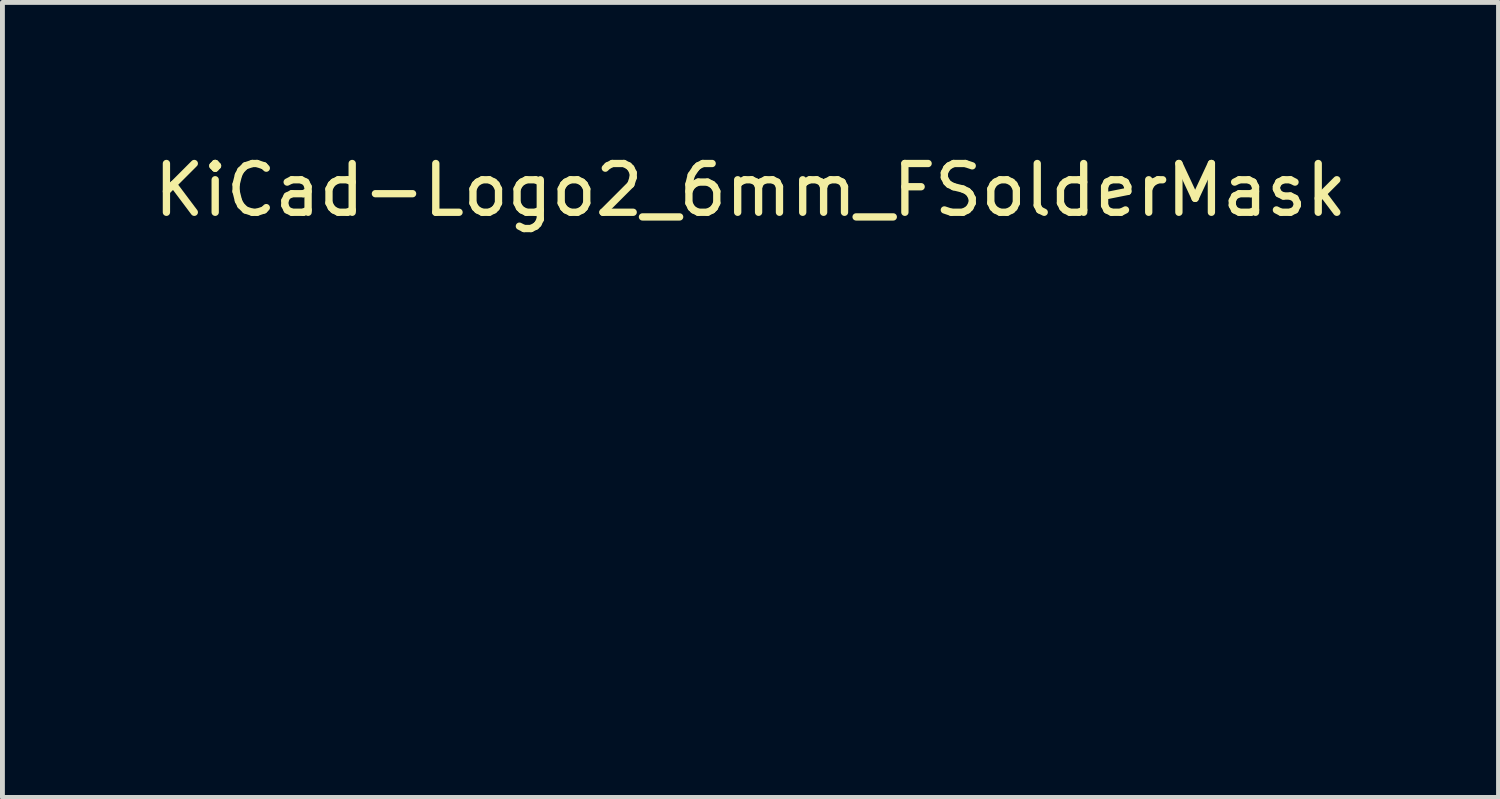
<source format=kicad_pcb>
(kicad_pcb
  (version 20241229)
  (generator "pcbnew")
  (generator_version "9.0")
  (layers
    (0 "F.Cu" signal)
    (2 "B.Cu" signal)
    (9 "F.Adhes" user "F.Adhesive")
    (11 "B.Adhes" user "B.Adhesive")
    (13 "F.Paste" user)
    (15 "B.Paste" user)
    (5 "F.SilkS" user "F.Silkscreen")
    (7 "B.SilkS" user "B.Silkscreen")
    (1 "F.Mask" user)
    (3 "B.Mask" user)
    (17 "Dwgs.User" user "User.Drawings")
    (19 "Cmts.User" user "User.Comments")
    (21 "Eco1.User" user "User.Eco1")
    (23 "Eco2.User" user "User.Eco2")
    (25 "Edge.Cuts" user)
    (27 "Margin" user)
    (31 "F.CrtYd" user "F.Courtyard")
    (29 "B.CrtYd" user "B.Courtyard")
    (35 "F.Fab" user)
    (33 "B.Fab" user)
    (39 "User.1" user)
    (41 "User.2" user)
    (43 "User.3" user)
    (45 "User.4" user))
  (footprint "KiCad-Logo2_6mm_FSolderMask"
    (layer "F.Cu")
    (at 12.339 5.928)
    (property "Reference" "KiCad-Logo2_6mm_FSolderMask" (at 0 -5.08 0) (layer "F.SilkS") (effects (font (size 1 1) (thickness 0.15))))
    (attr exclude_from_pos_files exclude_from_bom)
    (fp_poly (pts (xy 4.2 3.642) (xy 4.224 3.657) (xy 4.251 3.678) (xy 4.251 4) (xy 4.251 4.094) (xy 4.25 4.168) (xy 4.249 4.225) (xy 4.248 4.267) (xy 4.246 4.297) (xy 4.243 4.317) (xy 4.239 4.331) (xy 4.233 4.341) (xy 4.229 4.345) (xy 4.198 4.366) (xy 4.162 4.365) (xy 4.131 4.347) (xy 4.104 4.326) (xy 4.104 3.678) (xy 4.131 3.657) (xy 4.156 3.641) (xy 4.177 3.635) (xy 4.2 3.642)) (stroke (width 0.01) (type solid)) (fill yes) (layer "F.Mask"))
    (fp_poly (pts (xy -2.912 3.658) (xy -2.906 3.665) (xy -2.9 3.675) (xy -2.896 3.69) (xy -2.894 3.712) (xy -2.892 3.744) (xy -2.89 3.789) (xy -2.89 3.849) (xy -2.89 3.926) (xy -2.89 4.002) (xy -2.89 4.096) (xy -2.89 4.17) (xy -2.891 4.226) (xy -2.892 4.268) (xy -2.894 4.298) (xy -2.897 4.318) (xy -2.901 4.332) (xy -2.907 4.341) (xy -2.912 4.346) (xy -2.945 4.366) (xy -2.98 4.364) (xy -3.012 4.343) (xy -3.019 4.335) (xy -3.025 4.325) (xy -3.029 4.311) (xy -3.032 4.291) (xy -3.034 4.261) (xy -3.035 4.219) (xy -3.036 4.162) (xy -3.036 4.088) (xy -3.036 4.004) (xy -3.036 3.691) (xy -3.009 3.663) (xy -2.974 3.64) (xy -2.941 3.639) (xy -2.912 3.658)) (stroke (width 0.01) (type solid)) (fill yes) (layer "F.Mask"))
    (fp_poly (pts (xy -2.726 -2.964) (xy -2.623 -2.928) (xy -2.527 -2.871) (xy -2.441 -2.795) (xy -2.369 -2.697) (xy -2.336 -2.636) (xy -2.308 -2.55) (xy -2.295 -2.451) (xy -2.296 -2.35) (xy -2.313 -2.257) (xy -2.359 -2.145) (xy -2.425 -2.047) (xy -2.509 -1.966) (xy -2.606 -1.904) (xy -2.714 -1.862) (xy -2.829 -1.844) (xy -2.948 -1.849) (xy -3.007 -1.862) (xy -3.121 -1.906) (xy -3.222 -1.974) (xy -3.309 -2.063) (xy -3.377 -2.171) (xy -3.383 -2.183) (xy -3.403 -2.227) (xy -3.415 -2.265) (xy -3.422 -2.304) (xy -3.425 -2.355) (xy -3.426 -2.41) (xy -3.425 -2.476) (xy -3.421 -2.523) (xy -3.413 -2.562) (xy -3.399 -2.6) (xy -3.382 -2.639) (xy -3.318 -2.747) (xy -3.238 -2.834) (xy -3.147 -2.901) (xy -3.047 -2.948) (xy -2.941 -2.973) (xy -2.833 -2.979) (xy -2.726 -2.964)) (stroke (width 0.01) (type solid)) (fill yes) (layer "F.Mask"))
    (fp_poly (pts (xy 4.975 3.635) (xy 5.053 3.636) (xy 5.115 3.637) (xy 5.161 3.638) (xy 5.194 3.64) (xy 5.217 3.643) (xy 5.232 3.646) (xy 5.243 3.651) (xy 5.248 3.655) (xy 5.273 3.688) (xy 5.276 3.721) (xy 5.26 3.752) (xy 5.25 3.764) (xy 5.239 3.773) (xy 5.223 3.778) (xy 5.197 3.781) (xy 5.159 3.782) (xy 5.102 3.782) (xy 5.091 3.782) (xy 4.945 3.782) (xy 4.945 4.053) (xy 4.945 4.138) (xy 4.944 4.204) (xy 4.943 4.253) (xy 4.942 4.288) (xy 4.939 4.312) (xy 4.935 4.328) (xy 4.929 4.338) (xy 4.922 4.346) (xy 4.889 4.366) (xy 4.855 4.365) (xy 4.824 4.342) (xy 4.822 4.339) (xy 4.814 4.329) (xy 4.808 4.316) (xy 4.804 4.299) (xy 4.801 4.274) (xy 4.8 4.238) (xy 4.799 4.188) (xy 4.798 4.122) (xy 4.798 4.046) (xy 4.798 3.782) (xy 4.659 3.782) (xy 4.599 3.782) (xy 4.558 3.78) (xy 4.53 3.777) (xy 4.513 3.771) (xy 4.502 3.763) (xy 4.501 3.761) (xy 4.484 3.728) (xy 4.486 3.691) (xy 4.505 3.658) (xy 4.512 3.651) (xy 4.521 3.646) (xy 4.535 3.643) (xy 4.556 3.64) (xy 4.587 3.638) (xy 4.63 3.636) (xy 4.687 3.636) (xy 4.762 3.635) (xy 4.856 3.635) (xy 4.876 3.635) (xy 4.975 3.635)) (stroke (width 0.01) (type solid)) (fill yes) (layer "F.Mask"))
    (fp_poly (pts (xy 6.241 3.641) (xy 6.272 3.663) (xy 6.3 3.691) (xy 6.3 4) (xy 6.3 4.092) (xy 6.299 4.164) (xy 6.298 4.219) (xy 6.297 4.26) (xy 6.295 4.289) (xy 6.291 4.309) (xy 6.287 4.323) (xy 6.281 4.333) (xy 6.276 4.339) (xy 6.245 4.364) (xy 6.21 4.367) (xy 6.178 4.351) (xy 6.167 4.343) (xy 6.16 4.331) (xy 6.156 4.312) (xy 6.154 4.281) (xy 6.153 4.235) (xy 6.153 4.199) (xy 6.153 4.064) (xy 5.656 4.064) (xy 5.656 4.187) (xy 5.656 4.243) (xy 5.654 4.282) (xy 5.649 4.308) (xy 5.642 4.326) (xy 5.633 4.339) (xy 5.602 4.364) (xy 5.567 4.367) (xy 5.533 4.349) (xy 5.524 4.34) (xy 5.518 4.328) (xy 5.514 4.309) (xy 5.511 4.28) (xy 5.51 4.236) (xy 5.509 4.174) (xy 5.509 4.16) (xy 5.509 4.044) (xy 5.508 3.948) (xy 5.508 3.87) (xy 5.509 3.809) (xy 5.51 3.762) (xy 5.512 3.727) (xy 5.514 3.701) (xy 5.517 3.684) (xy 5.521 3.672) (xy 5.526 3.664) (xy 5.532 3.658) (xy 5.564 3.638) (xy 5.597 3.641) (xy 5.628 3.663) (xy 5.641 3.677) (xy 5.649 3.693) (xy 5.654 3.716) (xy 5.656 3.75) (xy 5.656 3.802) (xy 5.656 3.917) (xy 6.153 3.917) (xy 6.153 3.799) (xy 6.153 3.744) (xy 6.155 3.707) (xy 6.16 3.683) (xy 6.167 3.668) (xy 6.175 3.658) (xy 6.207 3.638) (xy 6.241 3.641)) (stroke (width 0.01) (type solid)) (fill yes) (layer "F.Mask"))
    (fp_poly (pts (xy 1.03 3.635) (xy 1.159 3.64) (xy 1.269 3.653) (xy 1.361 3.676) (xy 1.438 3.709) (xy 1.5 3.754) (xy 1.551 3.81) (xy 1.591 3.88) (xy 1.592 3.882) (xy 1.616 3.944) (xy 1.625 3.999) (xy 1.618 4.054) (xy 1.595 4.117) (xy 1.591 4.127) (xy 1.562 4.183) (xy 1.529 4.227) (xy 1.487 4.264) (xy 1.429 4.3) (xy 1.426 4.302) (xy 1.375 4.326) (xy 1.318 4.344) (xy 1.251 4.357) (xy 1.17 4.365) (xy 1.072 4.368) (xy 1.037 4.368) (xy 0.871 4.369) (xy 0.848 4.339) (xy 0.841 4.33) (xy 0.836 4.318) (xy 0.831 4.302) (xy 0.829 4.279) (xy 0.827 4.247) (xy 0.826 4.222) (xy 0.983 4.222) (xy 1.076 4.222) (xy 1.131 4.221) (xy 1.188 4.216) (xy 1.234 4.21) (xy 1.237 4.21) (xy 1.319 4.188) (xy 1.383 4.155) (xy 1.43 4.109) (xy 1.463 4.049) (xy 1.469 4.033) (xy 1.474 4.009) (xy 1.472 3.984) (xy 1.46 3.952) (xy 1.453 3.936) (xy 1.43 3.893) (xy 1.402 3.863) (xy 1.371 3.843) (xy 1.309 3.816) (xy 1.229 3.796) (xy 1.137 3.785) (xy 1.07 3.782) (xy 0.983 3.782) (xy 0.983 4.222) (xy 0.826 4.222) (xy 0.825 4.201) (xy 0.825 4.141) (xy 0.825 4.062) (xy 0.825 4) (xy 0.825 3.691) (xy 0.852 3.663) (xy 0.865 3.652) (xy 0.878 3.644) (xy 0.896 3.639) (xy 0.924 3.637) (xy 0.966 3.636) (xy 1.026 3.635) (xy 1.03 3.635)) (stroke (width 0.01) (type solid)) (fill yes) (layer "F.Mask"))
    (fp_poly (pts (xy -6.11 3.635) (xy -6.07 3.636) (xy -5.954 3.638) (xy -5.858 3.647) (xy -5.776 3.661) (xy -5.707 3.683) (xy -5.647 3.714) (xy -5.592 3.753) (xy -5.572 3.77) (xy -5.54 3.81) (xy -5.511 3.864) (xy -5.488 3.924) (xy -5.476 3.981) (xy -5.475 4.002) (xy -5.483 4.061) (xy -5.504 4.125) (xy -5.535 4.186) (xy -5.572 4.235) (xy -5.578 4.24) (xy -5.629 4.282) (xy -5.684 4.314) (xy -5.748 4.338) (xy -5.823 4.354) (xy -5.912 4.364) (xy -6.019 4.369) (xy -6.068 4.369) (xy -6.13 4.369) (xy -6.174 4.367) (xy -6.203 4.365) (xy -6.222 4.36) (xy -6.235 4.353) (xy -6.242 4.346) (xy -6.249 4.339) (xy -6.254 4.329) (xy -6.258 4.315) (xy -6.261 4.293) (xy -6.263 4.26) (xy -6.264 4.216) (xy -6.265 4.156) (xy -6.265 4.078) (xy -6.265 4.002) (xy -6.265 3.901) (xy -6.265 3.821) (xy -6.264 3.782) (xy -6.118 3.782) (xy -6.118 4.222) (xy -6.025 4.222) (xy -5.969 4.221) (xy -5.91 4.216) (xy -5.861 4.211) (xy -5.86 4.21) (xy -5.781 4.191) (xy -5.719 4.161) (xy -5.673 4.119) (xy -5.643 4.073) (xy -5.625 4.022) (xy -5.626 3.974) (xy -5.647 3.923) (xy -5.689 3.87) (xy -5.746 3.831) (xy -5.821 3.805) (xy -5.871 3.795) (xy -5.928 3.789) (xy -5.988 3.784) (xy -6.039 3.782) (xy -6.042 3.782) (xy -6.118 3.782) (xy -6.264 3.782) (xy -6.264 3.758) (xy -6.259 3.711) (xy -6.251 3.678) (xy -6.238 3.656) (xy -6.218 3.643) (xy -6.191 3.637) (xy -6.155 3.635) (xy -6.11 3.635)) (stroke (width 0.01) (type solid)) (fill yes) (layer "F.Mask"))
    (fp_poly (pts (xy -1.288 3.64) (xy -1.265 3.653) (xy -1.234 3.676) (xy -1.194 3.709) (xy -1.144 3.752) (xy -1.082 3.807) (xy -1.006 3.876) (xy -0.92 3.954) (xy -0.739 4.118) (xy -0.733 3.898) (xy -0.731 3.823) (xy -0.729 3.766) (xy -0.727 3.726) (xy -0.724 3.698) (xy -0.72 3.681) (xy -0.714 3.669) (xy -0.705 3.66) (xy -0.701 3.657) (xy -0.667 3.638) (xy -0.634 3.641) (xy -0.608 3.657) (xy -0.581 3.678) (xy -0.578 3.993) (xy -0.577 4.086) (xy -0.576 4.159) (xy -0.576 4.214) (xy -0.577 4.256) (xy -0.579 4.285) (xy -0.582 4.305) (xy -0.586 4.32) (xy -0.592 4.33) (xy -0.598 4.339) (xy -0.612 4.354) (xy -0.625 4.365) (xy -0.64 4.369) (xy -0.659 4.365) (xy -0.684 4.353) (xy -0.716 4.331) (xy -0.757 4.298) (xy -0.809 4.253) (xy -0.874 4.195) (xy -0.948 4.128) (xy -1.213 3.888) (xy -1.219 4.107) (xy -1.221 4.182) (xy -1.223 4.239) (xy -1.225 4.279) (xy -1.228 4.306) (xy -1.233 4.324) (xy -1.239 4.335) (xy -1.247 4.344) (xy -1.251 4.347) (xy -1.288 4.367) (xy -1.323 4.364) (xy -1.353 4.339) (xy -1.36 4.329) (xy -1.366 4.318) (xy -1.37 4.302) (xy -1.373 4.279) (xy -1.375 4.246) (xy -1.376 4.201) (xy -1.377 4.14) (xy -1.377 4.061) (xy -1.377 4.002) (xy -1.377 3.911) (xy -1.376 3.839) (xy -1.376 3.784) (xy -1.374 3.744) (xy -1.372 3.715) (xy -1.368 3.695) (xy -1.364 3.681) (xy -1.358 3.671) (xy -1.353 3.665) (xy -1.342 3.651) (xy -1.332 3.64) (xy -1.32 3.634) (xy -1.306 3.634) (xy -1.288 3.64)) (stroke (width 0.01) (type solid)) (fill yes) (layer "F.Mask"))
    (fp_poly (pts (xy -1.938 3.641) (xy -1.87 3.652) (xy -1.817 3.67) (xy -1.783 3.694) (xy -1.774 3.707) (xy -1.764 3.738) (xy -1.771 3.767) (xy -1.791 3.793) (xy -1.822 3.806) (xy -1.867 3.805) (xy -1.903 3.798) (xy -1.981 3.785) (xy -2.061 3.784) (xy -2.15 3.794) (xy -2.175 3.799) (xy -2.258 3.822) (xy -2.323 3.857) (xy -2.369 3.903) (xy -2.395 3.959) (xy -2.401 3.988) (xy -2.397 4.046) (xy -2.374 4.098) (xy -2.333 4.142) (xy -2.277 4.177) (xy -2.207 4.203) (xy -2.126 4.218) (xy -2.036 4.221) (xy -1.939 4.211) (xy -1.934 4.21) (xy -1.895 4.203) (xy -1.874 4.196) (xy -1.865 4.185) (xy -1.862 4.168) (xy -1.862 4.159) (xy -1.862 4.121) (xy -1.931 4.121) (xy -1.991 4.117) (xy -2.032 4.103) (xy -2.056 4.08) (xy -2.065 4.045) (xy -2.065 4.041) (xy -2.06 4.011) (xy -2.043 3.99) (xy -2.01 3.976) (xy -1.96 3.967) (xy -1.911 3.964) (xy -1.841 3.963) (xy -1.789 3.965) (xy -1.755 3.975) (xy -1.733 3.995) (xy -1.721 4.027) (xy -1.716 4.074) (xy -1.715 4.136) (xy -1.717 4.206) (xy -1.721 4.253) (xy -1.728 4.278) (xy -1.73 4.28) (xy -1.769 4.312) (xy -1.826 4.337) (xy -1.897 4.355) (xy -1.98 4.365) (xy -2.069 4.367) (xy -2.163 4.36) (xy -2.218 4.352) (xy -2.304 4.328) (xy -2.384 4.288) (xy -2.451 4.236) (xy -2.461 4.226) (xy -2.495 4.182) (xy -2.524 4.128) (xy -2.548 4.072) (xy -2.561 4.02) (xy -2.562 4.001) (xy -2.556 3.96) (xy -2.538 3.908) (xy -2.513 3.855) (xy -2.483 3.805) (xy -2.457 3.773) (xy -2.396 3.724) (xy -2.317 3.685) (xy -2.223 3.657) (xy -2.117 3.64) (xy -2.02 3.636) (xy -1.938 3.641)) (stroke (width 0.01) (type solid)) (fill yes) (layer "F.Mask"))
    (fp_poly (pts (xy 0.242 3.635) (xy 0.318 3.636) (xy 0.377 3.639) (xy 0.42 3.642) (xy 0.45 3.648) (xy 0.469 3.657) (xy 0.48 3.669) (xy 0.485 3.685) (xy 0.486 3.705) (xy 0.486 3.708) (xy 0.485 3.73) (xy 0.48 3.748) (xy 0.469 3.761) (xy 0.449 3.77) (xy 0.418 3.776) (xy 0.372 3.78) (xy 0.31 3.783) (xy 0.228 3.784) (xy 0.203 3.785) (xy -0.039 3.788) (xy -0.042 3.853) (xy -0.046 3.917) (xy 0.122 3.917) (xy 0.188 3.918) (xy 0.235 3.919) (xy 0.267 3.921) (xy 0.287 3.925) (xy 0.301 3.931) (xy 0.31 3.94) (xy 0.311 3.94) (xy 0.328 3.973) (xy 0.327 4.01) (xy 0.309 4.041) (xy 0.305 4.044) (xy 0.292 4.052) (xy 0.275 4.058) (xy 0.248 4.061) (xy 0.209 4.063) (xy 0.153 4.064) (xy 0.118 4.064) (xy -0.045 4.064) (xy -0.045 4.222) (xy 0.202 4.222) (xy 0.283 4.222) (xy 0.345 4.223) (xy 0.39 4.224) (xy 0.422 4.226) (xy 0.443 4.23) (xy 0.456 4.234) (xy 0.465 4.241) (xy 0.467 4.243) (xy 0.483 4.274) (xy 0.485 4.31) (xy 0.471 4.341) (xy 0.461 4.351) (xy 0.45 4.357) (xy 0.433 4.361) (xy 0.407 4.364) (xy 0.37 4.367) (xy 0.319 4.368) (xy 0.252 4.369) (xy 0.165 4.369) (xy 0.145 4.369) (xy 0.057 4.369) (xy -0.012 4.369) (xy -0.064 4.368) (xy -0.101 4.366) (xy -0.127 4.364) (xy -0.144 4.36) (xy -0.156 4.355) (xy -0.164 4.349) (xy -0.168 4.344) (xy -0.175 4.336) (xy -0.181 4.326) (xy -0.185 4.311) (xy -0.187 4.289) (xy -0.189 4.257) (xy -0.191 4.212) (xy -0.191 4.151) (xy -0.191 4.073) (xy -0.191 4.007) (xy -0.191 3.915) (xy -0.191 3.842) (xy -0.19 3.787) (xy -0.189 3.746) (xy -0.187 3.717) (xy -0.183 3.696) (xy -0.179 3.682) (xy -0.173 3.672) (xy -0.168 3.665) (xy -0.145 3.635) (xy 0.145 3.635) (xy 0.242 3.635)) (stroke (width 0.01) (type solid)) (fill yes) (layer "F.Mask"))
    (fp_poly (pts (xy -4.701 3.635) (xy -4.632 3.636) (xy -4.579 3.637) (xy -4.541 3.638) (xy -4.514 3.641) (xy -4.496 3.644) (xy -4.484 3.649) (xy -4.475 3.655) (xy -4.472 3.658) (xy -4.452 3.689) (xy -4.449 3.725) (xy -4.462 3.757) (xy -4.468 3.763) (xy -4.478 3.769) (xy -4.493 3.774) (xy -4.518 3.778) (xy -4.554 3.78) (xy -4.605 3.782) (xy -4.673 3.784) (xy -4.736 3.785) (xy -4.984 3.788) (xy -4.987 3.853) (xy -4.99 3.917) (xy -4.822 3.917) (xy -4.749 3.918) (xy -4.696 3.921) (xy -4.659 3.927) (xy -4.636 3.936) (xy -4.623 3.952) (xy -4.618 3.974) (xy -4.617 3.994) (xy -4.619 4.019) (xy -4.629 4.037) (xy -4.648 4.05) (xy -4.679 4.058) (xy -4.727 4.062) (xy -4.792 4.064) (xy -4.828 4.064) (xy -4.989 4.064) (xy -4.989 4.222) (xy -4.741 4.222) (xy -4.66 4.222) (xy -4.598 4.223) (xy -4.552 4.224) (xy -4.52 4.226) (xy -4.499 4.229) (xy -4.485 4.234) (xy -4.475 4.24) (xy -4.47 4.245) (xy -4.453 4.272) (xy -4.447 4.296) (xy -4.455 4.325) (xy -4.47 4.346) (xy -4.478 4.353) (xy -4.488 4.359) (xy -4.503 4.362) (xy -4.526 4.365) (xy -4.559 4.367) (xy -4.606 4.368) (xy -4.668 4.369) (xy -4.75 4.369) (xy -4.792 4.369) (xy -4.882 4.369) (xy -4.952 4.369) (xy -5.005 4.368) (xy -5.044 4.366) (xy -5.071 4.364) (xy -5.09 4.36) (xy -5.102 4.356) (xy -5.11 4.35) (xy -5.113 4.346) (xy -5.12 4.339) (xy -5.125 4.329) (xy -5.129 4.314) (xy -5.132 4.292) (xy -5.134 4.26) (xy -5.135 4.215) (xy -5.136 4.155) (xy -5.136 4.077) (xy -5.136 4.004) (xy -5.136 3.911) (xy -5.136 3.838) (xy -5.135 3.782) (xy -5.134 3.74) (xy -5.132 3.711) (xy -5.129 3.691) (xy -5.125 3.678) (xy -5.119 3.669) (xy -5.112 3.661) (xy -5.11 3.66) (xy -5.101 3.652) (xy -5.091 3.647) (xy -5.077 3.642) (xy -5.056 3.639) (xy -5.025 3.637) (xy -4.981 3.636) (xy -4.922 3.635) (xy -4.845 3.635) (xy -4.79 3.635) (xy -4.701 3.635)) (stroke (width 0.01) (type solid)) (fill yes) (layer "F.Mask"))
    (fp_poly (pts (xy 3.756 3.637) (xy 3.776 3.644) (xy 3.777 3.645) (xy 3.803 3.665) (xy 3.818 3.686) (xy 3.821 3.696) (xy 3.821 3.709) (xy 3.817 3.727) (xy 3.808 3.753) (xy 3.793 3.79) (xy 3.772 3.839) (xy 3.744 3.903) (xy 3.707 3.983) (xy 3.687 4.027) (xy 3.65 4.106) (xy 3.616 4.179) (xy 3.585 4.242) (xy 3.559 4.294) (xy 3.54 4.331) (xy 3.527 4.352) (xy 3.525 4.355) (xy 3.494 4.367) (xy 3.459 4.366) (xy 3.431 4.351) (xy 3.43 4.349) (xy 3.418 4.332) (xy 3.4 4.299) (xy 3.376 4.255) (xy 3.349 4.202) (xy 3.339 4.183) (xy 3.266 4.036) (xy 3.186 4.196) (xy 3.157 4.251) (xy 3.131 4.298) (xy 3.109 4.335) (xy 3.093 4.357) (xy 3.088 4.362) (xy 3.046 4.368) (xy 3.012 4.355) (xy 3.001 4.341) (xy 2.984 4.309) (xy 2.96 4.263) (xy 2.932 4.205) (xy 2.901 4.14) (xy 2.869 4.07) (xy 2.835 3.997) (xy 2.804 3.927) (xy 2.774 3.86) (xy 2.749 3.801) (xy 2.729 3.753) (xy 2.716 3.718) (xy 2.712 3.7) (xy 2.712 3.7) (xy 2.723 3.678) (xy 2.745 3.655) (xy 2.746 3.654) (xy 2.774 3.639) (xy 2.799 3.639) (xy 2.808 3.642) (xy 2.82 3.648) (xy 2.832 3.66) (xy 2.846 3.681) (xy 2.864 3.713) (xy 2.887 3.759) (xy 2.917 3.821) (xy 2.943 3.878) (xy 2.974 3.944) (xy 3.002 4.004) (xy 3.025 4.054) (xy 3.042 4.091) (xy 3.051 4.112) (xy 3.052 4.115) (xy 3.058 4.11) (xy 3.073 4.087) (xy 3.093 4.051) (xy 3.117 4.004) (xy 3.127 3.985) (xy 3.16 3.92) (xy 3.185 3.873) (xy 3.205 3.84) (xy 3.222 3.82) (xy 3.237 3.809) (xy 3.253 3.805) (xy 3.264 3.805) (xy 3.282 3.806) (xy 3.299 3.813) (xy 3.315 3.828) (xy 3.333 3.853) (xy 3.355 3.892) (xy 3.384 3.948) (xy 3.4 3.979) (xy 3.426 4.029) (xy 3.449 4.071) (xy 3.466 4.1) (xy 3.476 4.114) (xy 3.478 4.115) (xy 3.484 4.104) (xy 3.498 4.075) (xy 3.519 4.032) (xy 3.546 3.978) (xy 3.575 3.915) (xy 3.59 3.883) (xy 3.628 3.802) (xy 3.659 3.74) (xy 3.683 3.694) (xy 3.704 3.663) (xy 3.722 3.645) (xy 3.739 3.637) (xy 3.756 3.637)) (stroke (width 0.01) (type solid)) (fill yes) (layer "F.Mask"))
    (fp_poly (pts (xy -3.68 3.637) (xy -3.605 3.642) (xy -3.536 3.65) (xy -3.475 3.661) (xy -3.428 3.674) (xy -3.399 3.689) (xy -3.394 3.693) (xy -3.378 3.728) (xy -3.383 3.764) (xy -3.408 3.794) (xy -3.409 3.795) (xy -3.423 3.804) (xy -3.438 3.809) (xy -3.459 3.81) (xy -3.492 3.806) (xy -3.54 3.798) (xy -3.544 3.798) (xy -3.617 3.789) (xy -3.696 3.784) (xy -3.774 3.784) (xy -3.848 3.788) (xy -3.91 3.797) (xy -3.957 3.809) (xy -3.96 3.81) (xy -3.993 3.829) (xy -4.005 3.848) (xy -3.996 3.867) (xy -3.966 3.885) (xy -3.917 3.901) (xy -3.849 3.916) (xy -3.804 3.923) (xy -3.71 3.936) (xy -3.635 3.948) (xy -3.576 3.961) (xy -3.53 3.974) (xy -3.494 3.989) (xy -3.464 4.007) (xy -3.438 4.03) (xy -3.417 4.052) (xy -3.391 4.083) (xy -3.379 4.11) (xy -3.375 4.142) (xy -3.375 4.154) (xy -3.378 4.194) (xy -3.389 4.223) (xy -3.41 4.25) (xy -3.451 4.29) (xy -3.496 4.32) (xy -3.55 4.342) (xy -3.615 4.357) (xy -3.695 4.365) (xy -3.793 4.367) (xy -3.81 4.367) (xy -3.875 4.366) (xy -3.94 4.363) (xy -3.998 4.359) (xy -4.04 4.353) (xy -4.044 4.353) (xy -4.086 4.343) (xy -4.122 4.33) (xy -4.142 4.318) (xy -4.161 4.288) (xy -4.163 4.252) (xy -4.146 4.22) (xy -4.143 4.217) (xy -4.128 4.206) (xy -4.109 4.201) (xy -4.079 4.202) (xy -4.044 4.206) (xy -4.004 4.21) (xy -3.949 4.213) (xy -3.884 4.215) (xy -3.816 4.216) (xy -3.798 4.216) (xy -3.73 4.216) (xy -3.681 4.215) (xy -3.645 4.212) (xy -3.619 4.207) (xy -3.597 4.2) (xy -3.584 4.194) (xy -3.556 4.177) (xy -3.538 4.162) (xy -3.536 4.158) (xy -3.541 4.14) (xy -3.568 4.123) (xy -3.613 4.108) (xy -3.675 4.094) (xy -3.693 4.091) (xy -3.789 4.076) (xy -3.866 4.063) (xy -3.926 4.052) (xy -3.973 4.042) (xy -4.009 4.031) (xy -4.038 4.019) (xy -4.062 4.005) (xy -4.084 3.988) (xy -4.108 3.968) (xy -4.116 3.96) (xy -4.144 3.933) (xy -4.158 3.911) (xy -4.164 3.886) (xy -4.165 3.855) (xy -4.155 3.794) (xy -4.124 3.742) (xy -4.073 3.699) (xy -4.002 3.666) (xy -3.951 3.651) (xy -3.895 3.642) (xy -3.829 3.636) (xy -3.756 3.635) (xy -3.68 3.637)) (stroke (width 0.01) (type solid)) (fill yes) (layer "F.Mask"))
    (fp_poly (pts (xy 0.44 -1.84) (xy 0.588 -1.823) (xy 0.731 -1.794) (xy 0.876 -1.751) (xy 1.028 -1.692) (xy 1.192 -1.615) (xy 1.222 -1.6) (xy 1.29 -1.567) (xy 1.354 -1.537) (xy 1.408 -1.513) (xy 1.446 -1.498) (xy 1.451 -1.496) (xy 1.506 -1.48) (xy 1.26 -1.121) (xy 1.2 -1.033) (xy 1.144 -0.953) (xy 1.096 -0.883) (xy 1.057 -0.826) (xy 1.029 -0.785) (xy 1.013 -0.763) (xy 1.011 -0.759) (xy 1 -0.767) (xy 0.975 -0.789) (xy 0.939 -0.823) (xy 0.919 -0.841) (xy 0.806 -0.931) (xy 0.679 -0.999) (xy 0.57 -1.037) (xy 0.504 -1.049) (xy 0.422 -1.056) (xy 0.333 -1.058) (xy 0.247 -1.056) (xy 0.173 -1.048) (xy 0.144 -1.043) (xy 0.011 -0.997) (xy -0.108 -0.927) (xy -0.215 -0.834) (xy -0.308 -0.716) (xy -0.387 -0.575) (xy -0.454 -0.411) (xy -0.506 -0.223) (xy -0.537 -0.062) (xy -0.546 0.009) (xy -0.551 0.101) (xy -0.554 0.207) (xy -0.555 0.32) (xy -0.553 0.435) (xy -0.548 0.544) (xy -0.542 0.64) (xy -0.533 0.718) (xy -0.531 0.73) (xy -0.489 0.923) (xy -0.431 1.094) (xy -0.357 1.243) (xy -0.267 1.372) (xy -0.203 1.442) (xy -0.089 1.536) (xy 0.037 1.606) (xy 0.172 1.651) (xy 0.313 1.671) (xy 0.459 1.666) (xy 0.608 1.634) (xy 0.696 1.603) (xy 0.818 1.542) (xy 0.943 1.453) (xy 1.013 1.393) (xy 1.053 1.358) (xy 1.084 1.332) (xy 1.101 1.32) (xy 1.104 1.32) (xy 1.112 1.332) (xy 1.132 1.366) (xy 1.163 1.416) (xy 1.203 1.482) (xy 1.251 1.56) (xy 1.304 1.647) (xy 1.334 1.696) (xy 1.56 2.067) (xy 1.278 2.207) (xy 1.176 2.257) (xy 1.093 2.296) (xy 1.025 2.327) (xy 0.966 2.351) (xy 0.911 2.371) (xy 0.855 2.388) (xy 0.794 2.403) (xy 0.735 2.417) (xy 0.682 2.428) (xy 0.627 2.437) (xy 0.565 2.443) (xy 0.488 2.447) (xy 0.394 2.45) (xy 0.33 2.451) (xy 0.238 2.452) (xy 0.151 2.451) (xy 0.073 2.45) (xy 0.01 2.447) (xy -0.032 2.444) (xy -0.034 2.443) (xy -0.25 2.396) (xy -0.452 2.326) (xy -0.642 2.231) (xy -0.818 2.112) (xy -0.98 1.969) (xy -1.129 1.803) (xy -1.238 1.654) (xy -1.353 1.461) (xy -1.446 1.256) (xy -1.517 1.038) (xy -1.567 0.807) (xy -1.597 0.56) (xy -1.606 0.309) (xy -1.598 0.066) (xy -1.574 -0.158) (xy -1.533 -0.368) (xy -1.474 -0.565) (xy -1.396 -0.756) (xy -1.387 -0.776) (xy -1.284 -0.96) (xy -1.159 -1.135) (xy -1.013 -1.298) (xy -0.851 -1.445) (xy -0.676 -1.572) (xy -0.514 -1.665) (xy -0.349 -1.738) (xy -0.185 -1.791) (xy -0.013 -1.825) (xy 0.171 -1.842) (xy 0.281 -1.844) (xy 0.44 -1.84)) (stroke (width 0.01) (type solid)) (fill yes) (layer "F.Mask"))
    (fp_poly (pts (xy 6.842 -2.043) (xy 6.959 -2.043) (xy 6.999 -2.042) (xy 7.544 -2.039) (xy 7.551 0.055) (xy 7.552 0.339) (xy 7.553 0.597) (xy 7.554 0.83) (xy 7.555 1.039) (xy 7.555 1.227) (xy 7.556 1.393) (xy 7.557 1.54) (xy 7.559 1.669) (xy 7.56 1.782) (xy 7.562 1.879) (xy 7.564 1.961) (xy 7.567 2.031) (xy 7.57 2.09) (xy 7.574 2.138) (xy 7.578 2.177) (xy 7.582 2.209) (xy 7.588 2.235) (xy 7.594 2.257) (xy 7.601 2.274) (xy 7.609 2.29) (xy 7.618 2.305) (xy 7.627 2.32) (xy 7.638 2.337) (xy 7.64 2.341) (xy 7.676 2.403) (xy 7.15 2.399) (xy 6.625 2.396) (xy 6.618 2.28) (xy 6.614 2.225) (xy 6.61 2.193) (xy 6.605 2.18) (xy 6.597 2.183) (xy 6.59 2.19) (xy 6.561 2.217) (xy 6.514 2.251) (xy 6.456 2.289) (xy 6.392 2.326) (xy 6.33 2.359) (xy 6.283 2.38) (xy 6.171 2.415) (xy 6.044 2.44) (xy 5.909 2.454) (xy 5.777 2.455) (xy 5.656 2.444) (xy 5.654 2.444) (xy 5.49 2.402) (xy 5.335 2.336) (xy 5.193 2.247) (xy 5.065 2.137) (xy 4.951 2.006) (xy 4.854 1.856) (xy 4.775 1.689) (xy 4.731 1.565) (xy 4.703 1.462) (xy 4.682 1.361) (xy 4.667 1.258) (xy 4.659 1.146) (xy 4.656 1.019) (xy 4.658 0.915) (xy 5.671 0.915) (xy 5.675 1.089) (xy 5.691 1.239) (xy 5.716 1.366) (xy 5.754 1.471) (xy 5.803 1.555) (xy 5.864 1.621) (xy 5.934 1.668) (xy 5.971 1.685) (xy 6.003 1.695) (xy 6.038 1.7) (xy 6.086 1.701) (xy 6.137 1.699) (xy 6.238 1.69) (xy 6.318 1.672) (xy 6.343 1.664) (xy 6.4 1.638) (xy 6.461 1.605) (xy 6.487 1.589) (xy 6.556 1.544) (xy 6.556 0.117) (xy 6.48 0.072) (xy 6.375 0.021) (xy 6.268 -0.01) (xy 6.162 -0.019) (xy 6.061 -0.008) (xy 5.97 0.023) (xy 5.893 0.075) (xy 5.868 0.099) (xy 5.808 0.181) (xy 5.759 0.279) (xy 5.721 0.396) (xy 5.695 0.533) (xy 5.678 0.692) (xy 5.671 0.876) (xy 5.671 0.915) (xy 4.658 0.915) (xy 4.658 0.872) (xy 4.67 0.646) (xy 4.693 0.442) (xy 4.729 0.258) (xy 4.777 0.089) (xy 4.839 -0.066) (xy 4.861 -0.112) (xy 4.95 -0.262) (xy 5.058 -0.396) (xy 5.182 -0.51) (xy 5.319 -0.604) (xy 5.468 -0.674) (xy 5.557 -0.703) (xy 5.644 -0.72) (xy 5.749 -0.73) (xy 5.863 -0.734) (xy 5.977 -0.73) (xy 6.083 -0.719) (xy 6.167 -0.703) (xy 6.268 -0.67) (xy 6.366 -0.628) (xy 6.451 -0.58) (xy 6.497 -0.548) (xy 6.528 -0.525) (xy 6.55 -0.51) (xy 6.555 -0.508) (xy 6.557 -0.521) (xy 6.558 -0.559) (xy 6.559 -0.619) (xy 6.561 -0.699) (xy 6.562 -0.795) (xy 6.562 -0.906) (xy 6.563 -1.027) (xy 6.563 -1.151) (xy 6.563 -1.31) (xy 6.562 -1.444) (xy 6.561 -1.555) (xy 6.56 -1.647) (xy 6.557 -1.721) (xy 6.553 -1.781) (xy 6.548 -1.829) (xy 6.54 -1.867) (xy 6.531 -1.898) (xy 6.52 -1.925) (xy 6.507 -1.949) (xy 6.49 -1.975) (xy 6.488 -1.978) (xy 6.467 -2.011) (xy 6.455 -2.034) (xy 6.453 -2.039) (xy 6.466 -2.04) (xy 6.504 -2.041) (xy 6.563 -2.042) (xy 6.642 -2.043) (xy 6.735 -2.043) (xy 6.842 -2.043)) (stroke (width 0.01) (type solid)) (fill yes) (layer "F.Mask"))
    (fp_poly (pts (xy 3.168 -0.736) (xy 3.236 -0.731) (xy 3.43 -0.705) (xy 3.603 -0.663) (xy 3.753 -0.606) (xy 3.884 -0.532) (xy 3.994 -0.441) (xy 4.086 -0.333) (xy 4.16 -0.206) (xy 4.214 -0.069) (xy 4.227 -0.025) (xy 4.239 0.016) (xy 4.249 0.057) (xy 4.258 0.099) (xy 4.266 0.145) (xy 4.272 0.196) (xy 4.277 0.257) (xy 4.281 0.327) (xy 4.285 0.411) (xy 4.287 0.509) (xy 4.29 0.624) (xy 4.292 0.759) (xy 4.293 0.915) (xy 4.295 1.095) (xy 4.296 1.236) (xy 4.304 2.204) (xy 4.356 2.297) (xy 4.38 2.342) (xy 4.398 2.377) (xy 4.407 2.395) (xy 4.407 2.396) (xy 4.394 2.398) (xy 4.356 2.399) (xy 4.297 2.4) (xy 4.22 2.401) (xy 4.127 2.402) (xy 4.021 2.402) (xy 3.906 2.403) (xy 3.892 2.403) (xy 3.378 2.403) (xy 3.378 2.286) (xy 3.377 2.233) (xy 3.374 2.193) (xy 3.371 2.171) (xy 3.369 2.169) (xy 3.356 2.178) (xy 3.328 2.2) (xy 3.291 2.231) (xy 3.29 2.231) (xy 3.224 2.281) (xy 3.14 2.331) (xy 3.048 2.376) (xy 2.957 2.411) (xy 2.918 2.423) (xy 2.838 2.439) (xy 2.741 2.448) (xy 2.635 2.453) (xy 2.528 2.451) (xy 2.43 2.443) (xy 2.362 2.432) (xy 2.194 2.383) (xy 2.042 2.312) (xy 1.909 2.222) (xy 1.794 2.112) (xy 1.699 1.984) (xy 1.625 1.839) (xy 1.592 1.751) (xy 1.572 1.665) (xy 1.559 1.562) (xy 1.553 1.451) (xy 1.553 1.435) (xy 2.482 1.435) (xy 2.489 1.517) (xy 2.515 1.586) (xy 2.562 1.649) (xy 2.581 1.668) (xy 2.645 1.718) (xy 2.72 1.75) (xy 2.81 1.766) (xy 2.904 1.767) (xy 2.994 1.759) (xy 3.062 1.744) (xy 3.092 1.733) (xy 3.145 1.703) (xy 3.202 1.66) (xy 3.254 1.612) (xy 3.293 1.566) (xy 3.303 1.549) (xy 3.311 1.526) (xy 3.317 1.488) (xy 3.32 1.433) (xy 3.322 1.357) (xy 3.323 1.284) (xy 3.322 1.199) (xy 3.321 1.138) (xy 3.319 1.096) (xy 3.315 1.07) (xy 3.309 1.055) (xy 3.301 1.048) (xy 3.299 1.046) (xy 3.276 1.043) (xy 3.233 1.04) (xy 3.173 1.038) (xy 3.104 1.037) (xy 3.089 1.037) (xy 2.997 1.038) (xy 2.925 1.043) (xy 2.869 1.051) (xy 2.822 1.062) (xy 2.706 1.106) (xy 2.615 1.16) (xy 2.548 1.225) (xy 2.504 1.302) (xy 2.484 1.391) (xy 2.482 1.435) (xy 1.553 1.435) (xy 1.554 1.342) (xy 1.564 1.245) (xy 1.571 1.205) (xy 1.617 1.059) (xy 1.687 0.924) (xy 1.78 0.802) (xy 1.895 0.695) (xy 2.03 0.603) (xy 2.183 0.528) (xy 2.313 0.482) (xy 2.401 0.459) (xy 2.484 0.44) (xy 2.569 0.426) (xy 2.661 0.416) (xy 2.765 0.41) (xy 2.888 0.407) (xy 2.998 0.406) (xy 3.326 0.405) (xy 3.319 0.307) (xy 3.302 0.2) (xy 3.264 0.108) (xy 3.207 0.033) (xy 3.134 -0.022) (xy 3.07 -0.048) (xy 2.977 -0.065) (xy 2.867 -0.068) (xy 2.745 -0.057) (xy 2.615 -0.033) (xy 2.483 0.003) (xy 2.354 0.049) (xy 2.261 0.092) (xy 2.216 0.114) (xy 2.181 0.129) (xy 2.164 0.135) (xy 2.163 0.135) (xy 2.157 0.121) (xy 2.142 0.086) (xy 2.119 0.032) (xy 2.09 -0.037) (xy 2.056 -0.118) (xy 2.022 -0.201) (xy 1.886 -0.532) (xy 1.983 -0.548) (xy 2.025 -0.556) (xy 2.088 -0.57) (xy 2.167 -0.587) (xy 2.257 -0.608) (xy 2.351 -0.63) (xy 2.389 -0.64) (xy 2.552 -0.677) (xy 2.694 -0.706) (xy 2.822 -0.725) (xy 2.939 -0.736) (xy 3.053 -0.74) (xy 3.168 -0.736)) (stroke (width 0.01) (type solid)) (fill yes) (layer "F.Mask"))
    (fp_poly (pts (xy -5.956 -2.526) (xy -5.691 -2.526) (xy -5.568 -2.526) (xy -3.597 -2.526) (xy -3.597 -2.41) (xy -3.585 -2.269) (xy -3.547 -2.138) (xy -3.485 -2.018) (xy -3.396 -1.907) (xy -3.366 -1.877) (xy -3.258 -1.793) (xy -3.14 -1.731) (xy -3.013 -1.692) (xy -2.883 -1.676) (xy -2.752 -1.683) (xy -2.625 -1.712) (xy -2.504 -1.765) (xy -2.393 -1.84) (xy -2.343 -1.886) (xy -2.25 -1.997) (xy -2.182 -2.12) (xy -2.139 -2.252) (xy -2.122 -2.392) (xy -2.122 -2.406) (xy -2.121 -2.526) (xy -2.068 -2.526) (xy -2.022 -2.52) (xy -1.979 -2.504) (xy -1.976 -2.503) (xy -1.966 -2.498) (xy -1.957 -2.494) (xy -1.949 -2.49) (xy -1.942 -2.485) (xy -1.935 -2.477) (xy -1.929 -2.467) (xy -1.924 -2.451) (xy -1.919 -2.43) (xy -1.915 -2.402) (xy -1.911 -2.366) (xy -1.908 -2.321) (xy -1.905 -2.266) (xy -1.903 -2.199) (xy -1.901 -2.12) (xy -1.899 -2.027) (xy -1.898 -1.919) (xy -1.897 -1.795) (xy -1.897 -1.654) (xy -1.896 -1.495) (xy -1.896 -1.317) (xy -1.896 -1.118) (xy -1.896 -0.897) (xy -1.897 -0.654) (xy -1.897 -0.386) (xy -1.897 -0.094) (xy -1.898 0.224) (xy -1.898 0.263) (xy -1.898 0.584) (xy -1.899 0.878) (xy -1.899 1.147) (xy -1.899 1.392) (xy -1.9 1.614) (xy -1.9 1.814) (xy -1.901 1.994) (xy -1.902 2.154) (xy -1.903 2.296) (xy -1.904 2.421) (xy -1.905 2.529) (xy -1.907 2.623) (xy -1.909 2.702) (xy -1.911 2.769) (xy -1.914 2.825) (xy -1.918 2.87) (xy -1.921 2.906) (xy -1.926 2.934) (xy -1.931 2.954) (xy -1.936 2.969) (xy -1.942 2.979) (xy -1.949 2.986) (xy -1.956 2.99) (xy -1.965 2.993) (xy -1.974 2.995) (xy -1.983 2.999) (xy -1.986 3) (xy -1.993 3.002) (xy -2.006 3.005) (xy -2.025 3.007) (xy -2.051 3.009) (xy -2.085 3.01) (xy -2.129 3.012) (xy -2.184 3.013) (xy -2.25 3.014) (xy -2.329 3.015) (xy -2.422 3.016) (xy -2.53 3.017) (xy -2.654 3.018) (xy -2.795 3.019) (xy -2.955 3.019) (xy -3.134 3.019) (xy -3.333 3.02) (xy -3.554 3.02) (xy -3.798 3.02) (xy -4.066 3.02) (xy -4.358 3.02) (xy -4.677 3.02) (xy -4.78 3.02) (xy -5.106 3.02) (xy -5.405 3.02) (xy -5.679 3.02) (xy -5.929 3.02) (xy -6.156 3.02) (xy -6.361 3.019) (xy -6.545 3.019) (xy -6.71 3.018) (xy -6.856 3.018) (xy -6.984 3.017) (xy -7.097 3.016) (xy -7.194 3.015) (xy -7.277 3.014) (xy -7.347 3.013) (xy -7.405 3.012) (xy -7.453 3.011) (xy -7.491 3.009) (xy -7.52 3.007) (xy -7.542 3.005) (xy -7.558 3.003) (xy -7.569 3.001) (xy -7.574 2.998) (xy -7.585 2.994) (xy -7.594 2.991) (xy -7.603 2.988) (xy -7.611 2.983) (xy -7.618 2.977) (xy -7.624 2.967) (xy -7.63 2.952) (xy -7.635 2.932) (xy -7.64 2.905) (xy -7.644 2.87) (xy -7.647 2.826) (xy -7.65 2.772) (xy -7.653 2.706) (xy -7.655 2.628) (xy -7.657 2.536) (xy -7.658 2.43) (xy -7.658 2.389) (xy -7.292 2.389) (xy -5.997 2.389) (xy -6.022 2.351) (xy -6.046 2.312) (xy -6.067 2.275) (xy -6.085 2.238) (xy -6.099 2.197) (xy -6.111 2.15) (xy -6.119 2.094) (xy -6.126 2.028) (xy -6.13 1.948) (xy -6.133 1.852) (xy -6.135 1.736) (xy -6.135 1.6) (xy -6.134 1.439) (xy -6.134 1.379) (xy -6.13 0.74) (xy -5.725 1.291) (xy -5.611 1.448) (xy -5.511 1.584) (xy -5.426 1.702) (xy -5.354 1.803) (xy -5.294 1.889) (xy -5.245 1.963) (xy -5.206 2.025) (xy -5.177 2.078) (xy -5.154 2.123) (xy -5.139 2.163) (xy -5.129 2.198) (xy -5.124 2.231) (xy -5.123 2.264) (xy -5.123 2.299) (xy -5.124 2.303) (xy -5.128 2.389) (xy -3.709 2.389) (xy -3.814 2.283) (xy -3.843 2.253) (xy -3.87 2.225) (xy -3.897 2.196) (xy -3.925 2.165) (xy -3.955 2.129) (xy -3.988 2.088) (xy -4.026 2.041) (xy -4.069 1.984) (xy -4.119 1.917) (xy -4.178 1.839) (xy -4.245 1.748) (xy -4.323 1.641) (xy -4.413 1.518) (xy -4.516 1.378) (xy -4.632 1.217) (xy -4.728 1.086) (xy -4.848 0.921) (xy -4.952 0.776) (xy -5.043 0.651) (xy -5.12 0.544) (xy -5.184 0.454) (xy -5.237 0.379) (xy -5.279 0.317) (xy -5.312 0.269) (xy -5.336 0.231) (xy -5.352 0.203) (xy -5.362 0.184) (xy -5.365 0.172) (xy -5.364 0.165) (xy -5.351 0.148) (xy -5.322 0.112) (xy -5.279 0.058) (xy -5.225 -0.01) (xy -5.16 -0.091) (xy -5.086 -0.183) (xy -5.006 -0.283) (xy -4.921 -0.389) (xy -4.832 -0.499) (xy -4.742 -0.611) (xy -4.692 -0.673) (xy -3.459 -0.673) (xy -3.408 -0.58) (xy -3.357 -0.487) (xy -3.357 2.204) (xy -3.408 2.296) (xy -3.459 2.389) (xy -2.853 2.389) (xy -2.709 2.389) (xy -2.589 2.389) (xy -2.493 2.388) (xy -2.417 2.388) (xy -2.359 2.386) (xy -2.317 2.385) (xy -2.289 2.382) (xy -2.273 2.379) (xy -2.266 2.375) (xy -2.265 2.37) (xy -2.269 2.365) (xy -2.27 2.365) (xy -2.287 2.34) (xy -2.31 2.299) (xy -2.33 2.258) (xy -2.368 2.176) (xy -2.376 -0.673) (xy -3.459 -0.673) (xy -4.692 -0.673) (xy -4.651 -0.723) (xy -4.563 -0.832) (xy -4.479 -0.937) (xy -4.4 -1.035) (xy -4.328 -1.124) (xy -4.264 -1.202) (xy -4.212 -1.267) (xy -4.172 -1.317) (xy -4.148 -1.346) (xy -4.056 -1.453) (xy -3.968 -1.55) (xy -3.886 -1.634) (xy -3.814 -1.701) (xy -3.763 -1.741) (xy -3.703 -1.785) (xy -5.092 -1.785) (xy -5.092 -1.703) (xy -5.096 -1.643) (xy -5.11 -1.588) (xy -5.133 -1.535) (xy -5.148 -1.505) (xy -5.163 -1.476) (xy -5.182 -1.445) (xy -5.204 -1.41) (xy -5.232 -1.369) (xy -5.267 -1.322) (xy -5.31 -1.264) (xy -5.362 -1.195) (xy -5.426 -1.113) (xy -5.503 -1.015) (xy -5.593 -0.9) (xy -5.7 -0.765) (xy -5.712 -0.75) (xy -6.13 -0.221) (xy -6.134 -0.807) (xy -6.135 -0.983) (xy -6.135 -1.131) (xy -6.134 -1.254) (xy -6.132 -1.35) (xy -6.128 -1.421) (xy -6.124 -1.467) (xy -6.123 -1.475) (xy -6.101 -1.567) (xy -6.071 -1.649) (xy -6.038 -1.716) (xy -6.018 -1.744) (xy -5.984 -1.785) (xy -6.638 -1.785) (xy -6.794 -1.785) (xy -6.924 -1.784) (xy -7.031 -1.784) (xy -7.116 -1.782) (xy -7.182 -1.781) (xy -7.229 -1.779) (xy -7.26 -1.776) (xy -7.277 -1.773) (xy -7.282 -1.769) (xy -7.282 -1.768) (xy -7.268 -1.747) (xy -7.245 -1.714) (xy -7.233 -1.697) (xy -7.22 -1.68) (xy -7.209 -1.665) (xy -7.199 -1.65) (xy -7.19 -1.635) (xy -7.183 -1.616) (xy -7.176 -1.593) (xy -7.17 -1.565) (xy -7.165 -1.53) (xy -7.161 -1.486) (xy -7.157 -1.432) (xy -7.154 -1.367) (xy -7.151 -1.288) (xy -7.149 -1.196) (xy -7.148 -1.087) (xy -7.147 -0.961) (xy -7.146 -0.816) (xy -7.145 -0.651) (xy -7.144 -0.464) (xy -7.144 -0.253) (xy -7.143 -0.018) (xy -7.143 0.198) (xy -7.142 0.439) (xy -7.142 0.668) (xy -7.142 0.885) (xy -7.142 1.089) (xy -7.142 1.276) (xy -7.143 1.447) (xy -7.144 1.6) (xy -7.145 1.732) (xy -7.146 1.844) (xy -7.148 1.932) (xy -7.149 1.996) (xy -7.151 2.035) (xy -7.151 2.039) (xy -7.163 2.132) (xy -7.182 2.207) (xy -7.211 2.273) (xy -7.253 2.337) (xy -7.258 2.344) (xy -7.292 2.389) (xy -7.658 2.389) (xy -7.659 2.307) (xy -7.66 2.168) (xy -7.66 2.011) (xy -7.661 1.834) (xy -7.661 1.636) (xy -7.661 1.418) (xy -7.661 1.176) (xy -7.661 0.911) (xy -7.661 0.62) (xy -7.661 0.304) (xy -7.661 0.241) (xy -7.661 -0.079) (xy -7.661 -0.372) (xy -7.661 -0.641) (xy -7.661 -0.885) (xy -7.661 -1.106) (xy -7.66 -1.305) (xy -7.66 -1.484) (xy -7.659 -1.643) (xy -7.659 -1.784) (xy -7.658 -1.907) (xy -7.657 -2.015) (xy -7.656 -2.107) (xy -7.655 -2.185) (xy -7.654 -2.25) (xy -7.653 -2.304) (xy -7.651 -2.347) (xy -7.649 -2.381) (xy -7.647 -2.406) (xy -7.645 -2.425) (xy -7.643 -2.437) (xy -7.64 -2.444) (xy -7.64 -2.444) (xy -7.635 -2.455) (xy -7.631 -2.466) (xy -7.626 -2.475) (xy -7.62 -2.483) (xy -7.61 -2.49) (xy -7.596 -2.496) (xy -7.576 -2.502) (xy -7.549 -2.507) (xy -7.514 -2.511) (xy -7.469 -2.515) (xy -7.413 -2.518) (xy -7.345 -2.52) (xy -7.263 -2.522) (xy -7.166 -2.523) (xy -7.052 -2.524) (xy -6.921 -2.525) (xy -6.771 -2.526) (xy -6.601 -2.526) (xy -6.409 -2.526) (xy -6.195 -2.526) (xy -5.956 -2.526)) (stroke (width 0.01) (type solid)) (fill yes) (layer "F.Mask")))
  (gr_rect
    (start -3 -3)
    (end 27.679 13.302)
    (stroke (width 0.1) (type default))
    (fill no)
    (layer "Edge.Cuts")))
</source>
